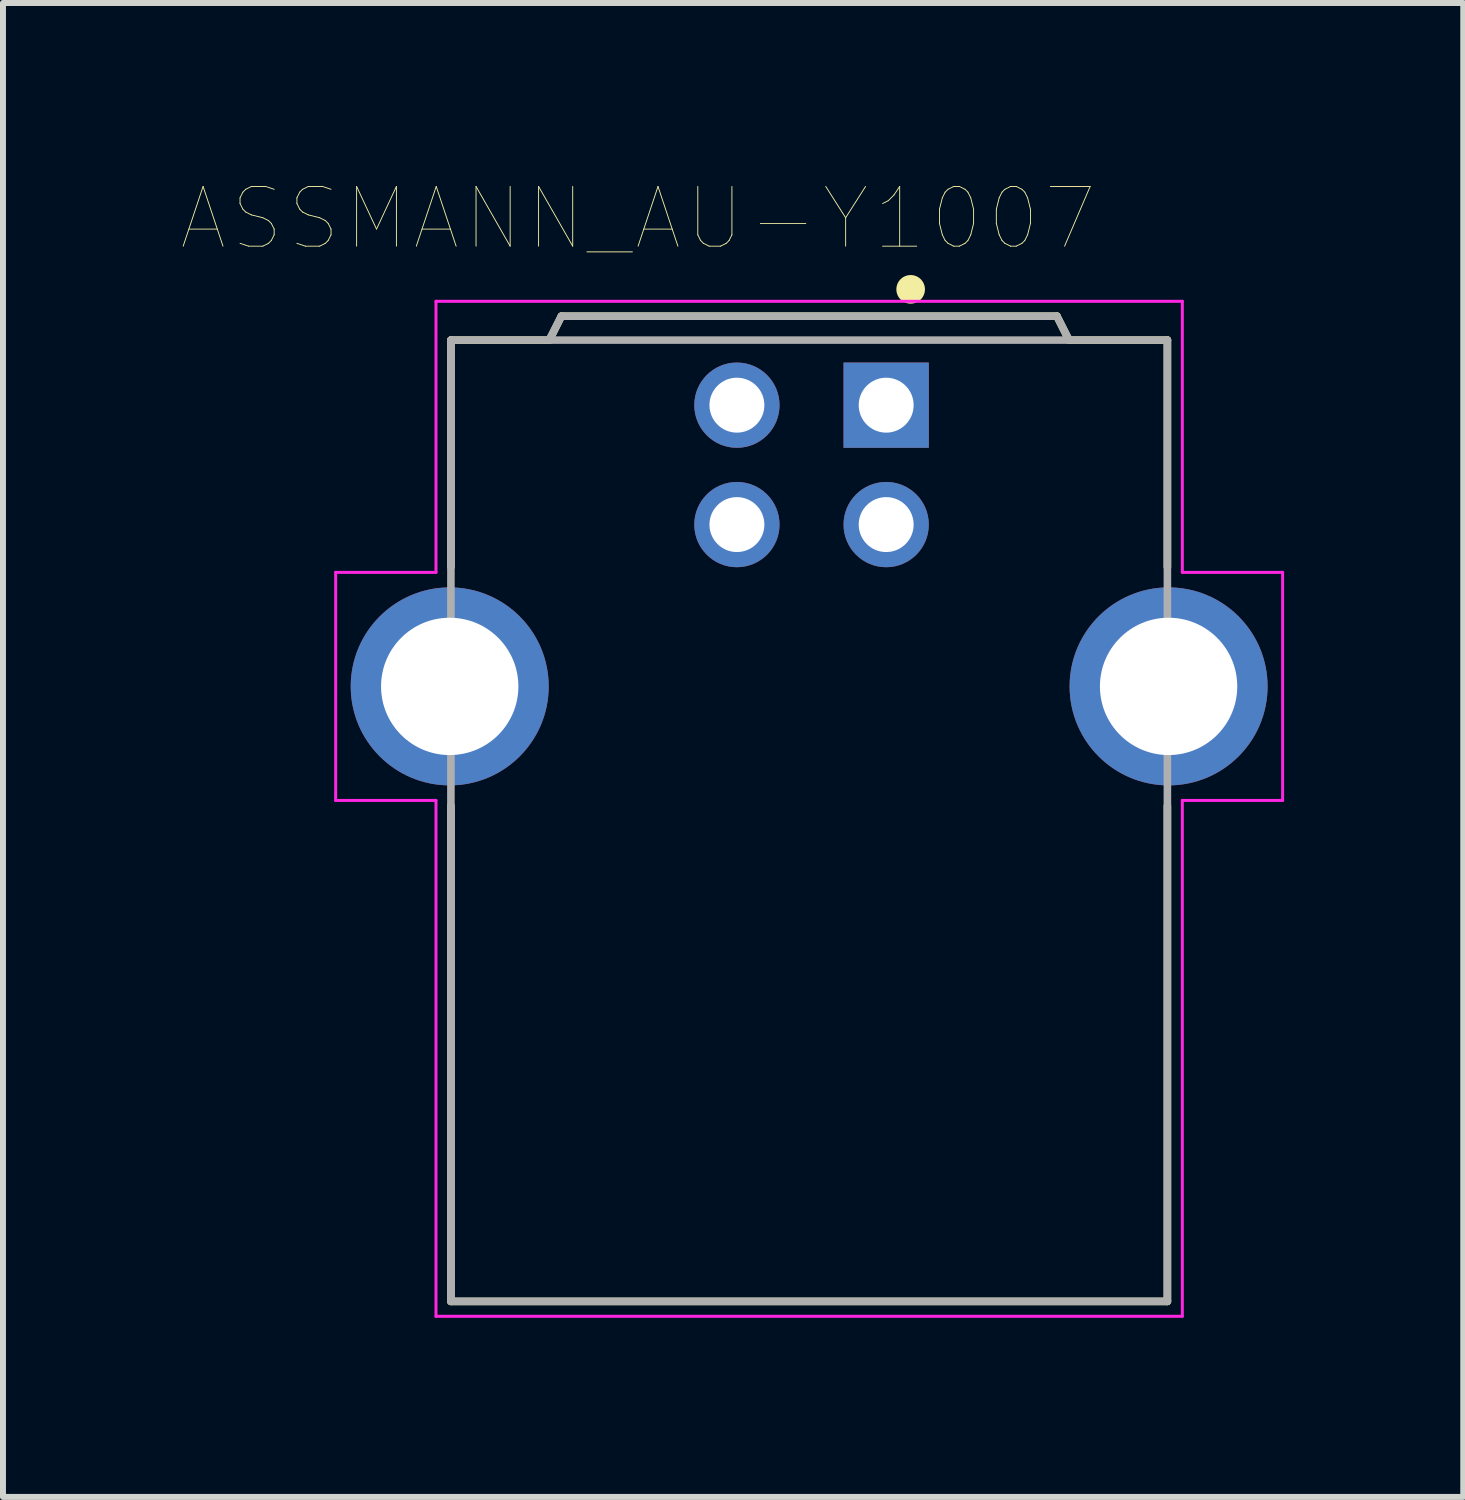
<source format=kicad_pcb>
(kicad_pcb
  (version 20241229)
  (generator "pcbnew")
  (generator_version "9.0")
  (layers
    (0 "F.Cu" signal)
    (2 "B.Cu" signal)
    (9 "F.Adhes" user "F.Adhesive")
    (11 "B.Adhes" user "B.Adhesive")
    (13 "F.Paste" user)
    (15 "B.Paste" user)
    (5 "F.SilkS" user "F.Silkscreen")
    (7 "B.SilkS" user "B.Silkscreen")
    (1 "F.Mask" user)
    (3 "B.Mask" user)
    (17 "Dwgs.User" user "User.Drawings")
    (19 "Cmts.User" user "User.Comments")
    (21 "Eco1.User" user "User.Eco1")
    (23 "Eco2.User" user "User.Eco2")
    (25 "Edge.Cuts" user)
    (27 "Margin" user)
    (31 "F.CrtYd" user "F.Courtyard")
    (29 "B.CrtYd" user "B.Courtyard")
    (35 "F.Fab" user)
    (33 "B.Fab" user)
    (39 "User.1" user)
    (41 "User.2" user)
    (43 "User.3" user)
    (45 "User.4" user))
  (footprint "ASSMANN_AU-Y1007"
    (layer "F.Cu")
    (at 10.502 10.496)
    (property "Reference" "ASSMANN_AU-Y1007" (at -2.865 -9.885 0) (layer "F.SilkS") (effects (font (size 1 1) (thickness 0.015))))
    (attr through_hole)
    (fp_line (start -6 -7.85) (end -4.35 -7.85) (stroke (width 0.127) (type solid)) (layer "F.SilkS"))
    (fp_line (start -6 -4.05) (end -6 -7.85) (stroke (width 0.127) (type solid)) (layer "F.SilkS"))
    (fp_line (start -6 8.25) (end -6 -0.05) (stroke (width 0.127) (type solid)) (layer "F.SilkS"))
    (fp_line (start -4.35 -7.85) (end -4.15 -8.25) (stroke (width 0.127) (type solid)) (layer "F.SilkS"))
    (fp_line (start -4.15 -8.25) (end 4.15 -8.25) (stroke (width 0.127) (type solid)) (layer "F.SilkS"))
    (fp_line (start 4.15 -8.25) (end 4.35 -7.85) (stroke (width 0.127) (type solid)) (layer "F.SilkS"))
    (fp_line (start 4.35 -7.85) (end 6 -7.85) (stroke (width 0.127) (type solid)) (layer "F.SilkS"))
    (fp_line (start 6 -7.85) (end 6 -4.05) (stroke (width 0.127) (type solid)) (layer "F.SilkS"))
    (fp_line (start 6 -0.05) (end 6 8.25) (stroke (width 0.127) (type solid)) (layer "F.SilkS"))
    (fp_line (start 6 8.25) (end -6 8.25) (stroke (width 0.127) (type solid)) (layer "F.SilkS"))
    (fp_circle (center 1.7 -8.7) (end 1.82 -8.7) (stroke (width 0.24) (type solid)) (fill no) (layer "F.SilkS"))
    (fp_line (start -7.93 -3.96) (end -6.25 -3.96) (stroke (width 0.05) (type solid)) (layer "F.CrtYd"))
    (fp_line (start -7.93 -0.14) (end -7.93 -3.96) (stroke (width 0.05) (type solid)) (layer "F.CrtYd"))
    (fp_line (start -6.25 -8.5) (end 6.25 -8.5) (stroke (width 0.05) (type solid)) (layer "F.CrtYd"))
    (fp_line (start -6.25 -3.96) (end -6.25 -8.5) (stroke (width 0.05) (type solid)) (layer "F.CrtYd"))
    (fp_line (start -6.25 -0.14) (end -7.93 -0.14) (stroke (width 0.05) (type solid)) (layer "F.CrtYd"))
    (fp_line (start -6.25 8.5) (end -6.25 -0.14) (stroke (width 0.05) (type solid)) (layer "F.CrtYd"))
    (fp_line (start 6.25 -8.5) (end 6.25 -3.96) (stroke (width 0.05) (type solid)) (layer "F.CrtYd"))
    (fp_line (start 6.25 -3.96) (end 7.93 -3.96) (stroke (width 0.05) (type solid)) (layer "F.CrtYd"))
    (fp_line (start 6.25 -0.14) (end 6.25 8.5) (stroke (width 0.05) (type solid)) (layer "F.CrtYd"))
    (fp_line (start 6.25 8.5) (end -6.25 8.5) (stroke (width 0.05) (type solid)) (layer "F.CrtYd"))
    (fp_line (start 7.93 -3.96) (end 7.93 -0.14) (stroke (width 0.05) (type solid)) (layer "F.CrtYd"))
    (fp_line (start 7.93 -0.14) (end 6.25 -0.14) (stroke (width 0.05) (type solid)) (layer "F.CrtYd"))
    (fp_line (start -6 -7.85) (end -6 8.25) (stroke (width 0.127) (type solid)) (layer "F.Fab"))
    (fp_line (start -6 8.25) (end 6 8.25) (stroke (width 0.127) (type solid)) (layer "F.Fab"))
    (fp_line (start -4.35 -7.86) (end -4.15 -8.25) (stroke (width 0.127) (type solid)) (layer "F.Fab"))
    (fp_line (start -4.15 -8.25) (end 4.15 -8.25) (stroke (width 0.127) (type solid)) (layer "F.Fab"))
    (fp_line (start 4.15 -8.25) (end 4.35 -7.86) (stroke (width 0.127) (type solid)) (layer "F.Fab"))
    (fp_line (start 6 -7.85) (end -6 -7.85) (stroke (width 0.127) (type solid)) (layer "F.Fab"))
    (fp_line (start 6 8.25) (end 6 -7.85) (stroke (width 0.127) (type solid)) (layer "F.Fab"))
    (pad "1" thru_hole rect (at 1.29 -6.76) (size 1.428 1.428) (drill 0.92) (layers "*.Cu" "*.Mask"))
    (pad "2" thru_hole circle (at -1.21 -6.76) (size 1.428 1.428) (drill 0.92) (layers "*.Cu" "*.Mask"))
    (pad "3" thru_hole circle (at -1.21 -4.76) (size 1.428 1.428) (drill 0.92) (layers "*.Cu" "*.Mask"))
    (pad "4" thru_hole circle (at 1.29 -4.76) (size 1.428 1.428) (drill 0.92) (layers "*.Cu" "*.Mask"))
    (pad "S1" thru_hole circle (at -6.02 -2.05) (size 3.316 3.316) (drill 2.3) (layers "*.Cu" "*.Mask"))
    (pad "S2" thru_hole circle (at 6.02 -2.05) (size 3.316 3.316) (drill 2.3) (layers "*.Cu" "*.Mask")))
  (gr_rect
    (start -3 -3)
    (end 21.457 22.021)
    (stroke (width 0.1) (type default))
    (fill no)
    (layer "Edge.Cuts")))
</source>
